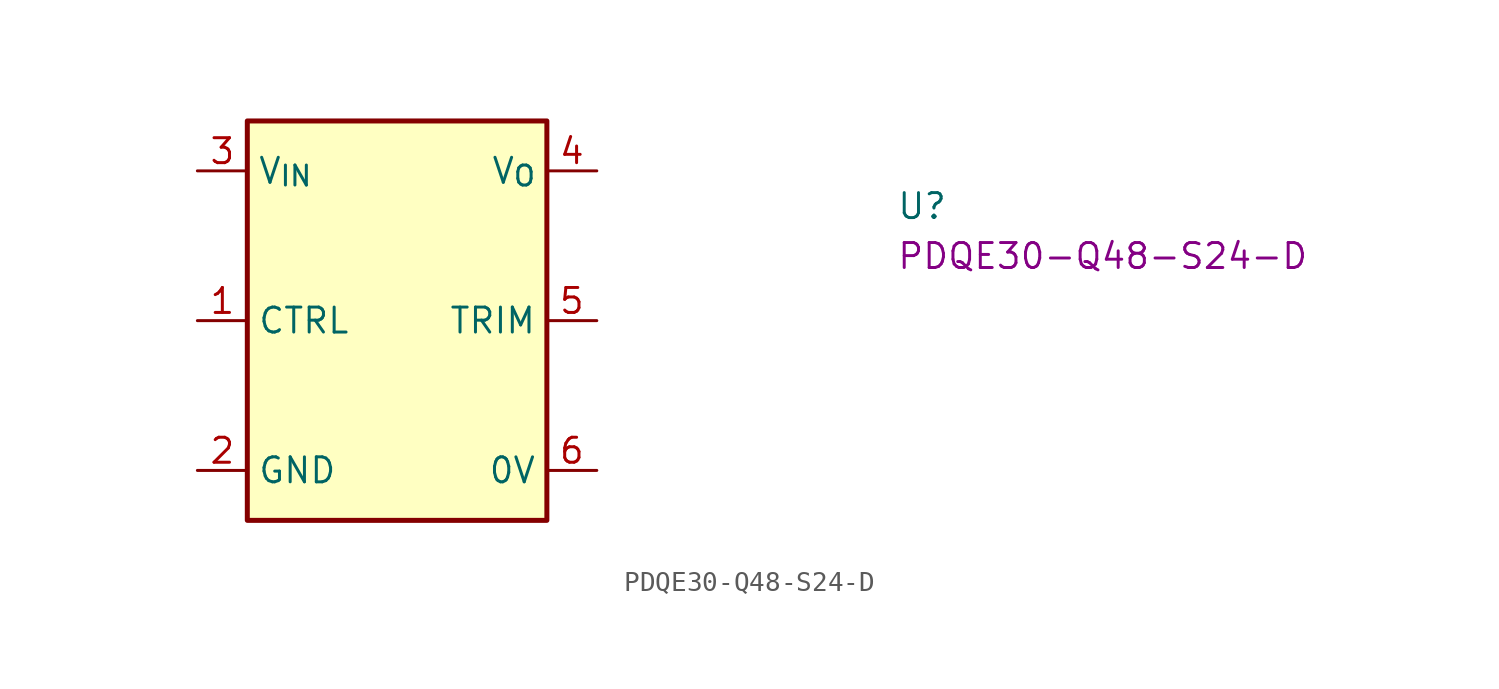
<source format=kicad_sym>
(kicad_symbol_lib
  (version 20220914)
  (generator kicad_symbol_editor)
  (symbol "PDQE30-Q48-S24-D"
    (property "Reference" "U"
      (at 35.56 -2.54 0)
      (effects (font (size 1.27 1.27) (thickness 0.15)) (justify left bottom)))
    (property "MPN" "PDQE30-Q48-S24-D"
      (at 35.56 -5.08 0)
      (effects (font (size 1.27 1.27) (thickness 0.15)) (justify left bottom)))
    (symbol "PDQE30-Q48-S24-D_1_1"
      (rectangle (start 2.54 2.54) (end 17.78 -17.78) (stroke (width 0.254) (type default)) (fill (type background)))
      (pin input line (at 0 -7.62 0) (length 2.54) (name "CTRL" (effects (font (size 1.27 1.27)))) (number "1" (effects (font (size 1.27 1.27)))))
      (pin power_in line (at 0 -15.24 0) (length 2.54) (name "GND" (effects (font (size 1.27 1.27)))) (number "2" (effects (font (size 1.27 1.27)))))
      (pin power_in line (at 0 0 0) (length 2.54) (name "V_{IN}" (effects (font (size 1.27 1.27)))) (number "3" (effects (font (size 1.27 1.27)))))
      (pin power_out line (at 20.32 0 180) (length 2.54) (name "V_{O}" (effects (font (size 1.27 1.27)))) (number "4" (effects (font (size 1.27 1.27)))))
      (pin passive line (at 20.32 -7.62 180) (length 2.54) (name "TRIM" (effects (font (size 1.27 1.27)))) (number "5" (effects (font (size 1.27 1.27)))))
      (pin power_out line (at 20.32 -15.24 180) (length 2.54) (name "0V" (effects (font (size 1.27 1.27)))) (number "6" (effects (font (size 1.27 1.27))))))))
</source>
